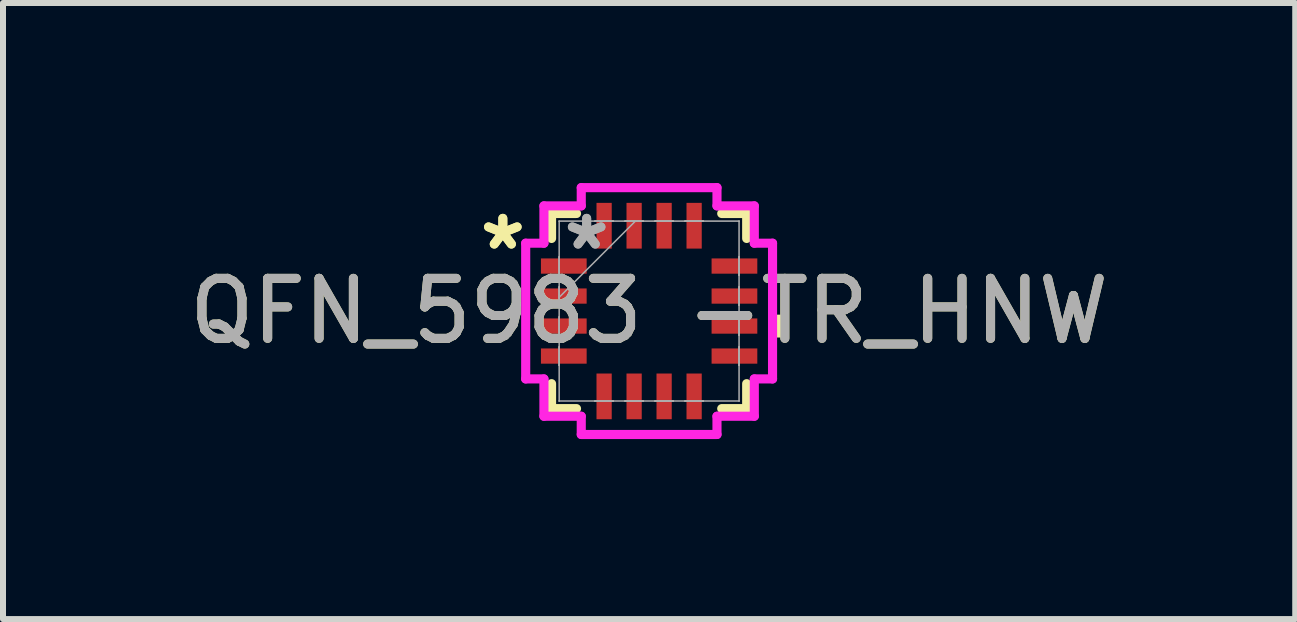
<source format=kicad_pcb>
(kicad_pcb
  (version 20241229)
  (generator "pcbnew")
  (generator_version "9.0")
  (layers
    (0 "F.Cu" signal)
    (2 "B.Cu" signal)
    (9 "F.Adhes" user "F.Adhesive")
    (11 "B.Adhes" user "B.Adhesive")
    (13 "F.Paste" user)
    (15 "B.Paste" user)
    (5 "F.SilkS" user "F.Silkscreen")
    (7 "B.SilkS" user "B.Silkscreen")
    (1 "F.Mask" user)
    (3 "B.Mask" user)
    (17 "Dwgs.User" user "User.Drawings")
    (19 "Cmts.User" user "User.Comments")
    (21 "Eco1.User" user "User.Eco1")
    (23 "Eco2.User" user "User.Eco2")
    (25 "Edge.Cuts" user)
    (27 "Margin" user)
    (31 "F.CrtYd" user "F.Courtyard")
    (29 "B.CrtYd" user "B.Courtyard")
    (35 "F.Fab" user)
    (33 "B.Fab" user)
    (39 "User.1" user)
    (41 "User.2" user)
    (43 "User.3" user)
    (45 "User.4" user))
  (footprint "QFN_5983 -TR_HNW"
    (layer "F.Cu")
    (at 7.768 2.134)
    (property "Reference" "QFN_5983 -TR_HNW" (at 0 0 0) (unlocked yes) (layer "F.SilkS") (effects (font (size 1 1) (thickness 0.15))))
    (attr smd)
    (fp_line (start -1.626 -1.626) (end -1.626 -1.21) (stroke (width 0.152) (type solid)) (layer "F.SilkS"))
    (fp_line (start -1.626 1.21) (end -1.626 1.626) (stroke (width 0.152) (type solid)) (layer "F.SilkS"))
    (fp_line (start -1.626 1.626) (end -1.21 1.626) (stroke (width 0.152) (type solid)) (layer "F.SilkS"))
    (fp_line (start -1.21 -1.626) (end -1.626 -1.626) (stroke (width 0.152) (type solid)) (layer "F.SilkS"))
    (fp_line (start 1.21 1.626) (end 1.626 1.626) (stroke (width 0.152) (type solid)) (layer "F.SilkS"))
    (fp_line (start 1.626 -1.626) (end 1.21 -1.626) (stroke (width 0.152) (type solid)) (layer "F.SilkS"))
    (fp_line (start 1.626 -1.21) (end 1.626 -1.626) (stroke (width 0.152) (type solid)) (layer "F.SilkS"))
    (fp_line (start 1.626 1.626) (end 1.626 1.21) (stroke (width 0.152) (type solid)) (layer "F.SilkS"))
    (fp_poly (pts (xy 2.311 0.06) (xy 2.311 0.441) (xy 2.057 0.441) (xy 2.057 0.06)) (stroke (width 0) (type solid)) (fill yes) (layer "F.SilkS"))
    (fp_line (start -2.057 -1.131) (end -1.753 -1.131) (stroke (width 0.152) (type solid)) (layer "F.CrtYd"))
    (fp_line (start -2.057 1.131) (end -2.057 -1.131) (stroke (width 0.152) (type solid)) (layer "F.CrtYd"))
    (fp_line (start -1.753 -1.753) (end -1.131 -1.753) (stroke (width 0.152) (type solid)) (layer "F.CrtYd"))
    (fp_line (start -1.753 -1.131) (end -1.753 -1.753) (stroke (width 0.152) (type solid)) (layer "F.CrtYd"))
    (fp_line (start -1.753 1.131) (end -2.057 1.131) (stroke (width 0.152) (type solid)) (layer "F.CrtYd"))
    (fp_line (start -1.753 1.753) (end -1.753 1.131) (stroke (width 0.152) (type solid)) (layer "F.CrtYd"))
    (fp_line (start -1.131 -2.057) (end 1.131 -2.057) (stroke (width 0.152) (type solid)) (layer "F.CrtYd"))
    (fp_line (start -1.131 -1.753) (end -1.131 -2.057) (stroke (width 0.152) (type solid)) (layer "F.CrtYd"))
    (fp_line (start -1.131 1.753) (end -1.753 1.753) (stroke (width 0.152) (type solid)) (layer "F.CrtYd"))
    (fp_line (start -1.131 2.057) (end -1.131 1.753) (stroke (width 0.152) (type solid)) (layer "F.CrtYd"))
    (fp_line (start 1.131 -2.057) (end 1.131 -1.753) (stroke (width 0.152) (type solid)) (layer "F.CrtYd"))
    (fp_line (start 1.131 -1.753) (end 1.753 -1.753) (stroke (width 0.152) (type solid)) (layer "F.CrtYd"))
    (fp_line (start 1.131 1.753) (end 1.131 2.057) (stroke (width 0.152) (type solid)) (layer "F.CrtYd"))
    (fp_line (start 1.131 2.057) (end -1.131 2.057) (stroke (width 0.152) (type solid)) (layer "F.CrtYd"))
    (fp_line (start 1.753 -1.753) (end 1.753 -1.131) (stroke (width 0.152) (type solid)) (layer "F.CrtYd"))
    (fp_line (start 1.753 -1.131) (end 2.057 -1.131) (stroke (width 0.152) (type solid)) (layer "F.CrtYd"))
    (fp_line (start 1.753 1.131) (end 1.753 1.753) (stroke (width 0.152) (type solid)) (layer "F.CrtYd"))
    (fp_line (start 1.753 1.753) (end 1.131 1.753) (stroke (width 0.152) (type solid)) (layer "F.CrtYd"))
    (fp_line (start 2.057 -1.131) (end 2.057 1.131) (stroke (width 0.152) (type solid)) (layer "F.CrtYd"))
    (fp_line (start 2.057 1.131) (end 1.753 1.131) (stroke (width 0.152) (type solid)) (layer "F.CrtYd"))
    (fp_line (start -1.499 -1.499) (end -1.499 -1.499) (stroke (width 0.025) (type solid)) (layer "F.Fab"))
    (fp_line (start -1.499 -1.499) (end -1.499 1.499) (stroke (width 0.025) (type solid)) (layer "F.Fab"))
    (fp_line (start -1.499 -0.903) (end -1.499 -0.903) (stroke (width 0.025) (type solid)) (layer "F.Fab"))
    (fp_line (start -1.499 -0.903) (end -1.499 -0.598) (stroke (width 0.025) (type solid)) (layer "F.Fab"))
    (fp_line (start -1.499 -0.598) (end -1.499 -0.903) (stroke (width 0.025) (type solid)) (layer "F.Fab"))
    (fp_line (start -1.499 -0.598) (end -1.499 -0.598) (stroke (width 0.025) (type solid)) (layer "F.Fab"))
    (fp_line (start -1.499 -0.402) (end -1.499 -0.402) (stroke (width 0.025) (type solid)) (layer "F.Fab"))
    (fp_line (start -1.499 -0.402) (end -1.499 -0.098) (stroke (width 0.025) (type solid)) (layer "F.Fab"))
    (fp_line (start -1.499 -0.229) (end -0.229 -1.499) (stroke (width 0.025) (type solid)) (layer "F.Fab"))
    (fp_line (start -1.499 -0.098) (end -1.499 -0.402) (stroke (width 0.025) (type solid)) (layer "F.Fab"))
    (fp_line (start -1.499 -0.098) (end -1.499 -0.098) (stroke (width 0.025) (type solid)) (layer "F.Fab"))
    (fp_line (start -1.499 0.098) (end -1.499 0.098) (stroke (width 0.025) (type solid)) (layer "F.Fab"))
    (fp_line (start -1.499 0.098) (end -1.499 0.402) (stroke (width 0.025) (type solid)) (layer "F.Fab"))
    (fp_line (start -1.499 0.402) (end -1.499 0.098) (stroke (width 0.025) (type solid)) (layer "F.Fab"))
    (fp_line (start -1.499 0.402) (end -1.499 0.402) (stroke (width 0.025) (type solid)) (layer "F.Fab"))
    (fp_line (start -1.499 0.598) (end -1.499 0.598) (stroke (width 0.025) (type solid)) (layer "F.Fab"))
    (fp_line (start -1.499 0.598) (end -1.499 0.903) (stroke (width 0.025) (type solid)) (layer "F.Fab"))
    (fp_line (start -1.499 0.903) (end -1.499 0.598) (stroke (width 0.025) (type solid)) (layer "F.Fab"))
    (fp_line (start -1.499 0.903) (end -1.499 0.903) (stroke (width 0.025) (type solid)) (layer "F.Fab"))
    (fp_line (start -1.499 1.499) (end -1.499 1.499) (stroke (width 0.025) (type solid)) (layer "F.Fab"))
    (fp_line (start -1.499 1.499) (end 1.499 1.499) (stroke (width 0.025) (type solid)) (layer "F.Fab"))
    (fp_line (start -0.903 -1.499) (end -0.903 -1.499) (stroke (width 0.025) (type solid)) (layer "F.Fab"))
    (fp_line (start -0.903 -1.499) (end -0.598 -1.499) (stroke (width 0.025) (type solid)) (layer "F.Fab"))
    (fp_line (start -0.903 1.499) (end -0.903 1.499) (stroke (width 0.025) (type solid)) (layer "F.Fab"))
    (fp_line (start -0.903 1.499) (end -0.598 1.499) (stroke (width 0.025) (type solid)) (layer "F.Fab"))
    (fp_line (start -0.598 -1.499) (end -0.903 -1.499) (stroke (width 0.025) (type solid)) (layer "F.Fab"))
    (fp_line (start -0.598 -1.499) (end -0.598 -1.499) (stroke (width 0.025) (type solid)) (layer "F.Fab"))
    (fp_line (start -0.598 1.499) (end -0.903 1.499) (stroke (width 0.025) (type solid)) (layer "F.Fab"))
    (fp_line (start -0.598 1.499) (end -0.598 1.499) (stroke (width 0.025) (type solid)) (layer "F.Fab"))
    (fp_line (start -0.402 -1.499) (end -0.402 -1.499) (stroke (width 0.025) (type solid)) (layer "F.Fab"))
    (fp_line (start -0.402 -1.499) (end -0.098 -1.499) (stroke (width 0.025) (type solid)) (layer "F.Fab"))
    (fp_line (start -0.402 1.499) (end -0.402 1.499) (stroke (width 0.025) (type solid)) (layer "F.Fab"))
    (fp_line (start -0.402 1.499) (end -0.098 1.499) (stroke (width 0.025) (type solid)) (layer "F.Fab"))
    (fp_line (start -0.098 -1.499) (end -0.402 -1.499) (stroke (width 0.025) (type solid)) (layer "F.Fab"))
    (fp_line (start -0.098 -1.499) (end -0.098 -1.499) (stroke (width 0.025) (type solid)) (layer "F.Fab"))
    (fp_line (start -0.098 1.499) (end -0.402 1.499) (stroke (width 0.025) (type solid)) (layer "F.Fab"))
    (fp_line (start -0.098 1.499) (end -0.098 1.499) (stroke (width 0.025) (type solid)) (layer "F.Fab"))
    (fp_line (start 0.098 -1.499) (end 0.098 -1.499) (stroke (width 0.025) (type solid)) (layer "F.Fab"))
    (fp_line (start 0.098 -1.499) (end 0.402 -1.499) (stroke (width 0.025) (type solid)) (layer "F.Fab"))
    (fp_line (start 0.098 1.499) (end 0.098 1.499) (stroke (width 0.025) (type solid)) (layer "F.Fab"))
    (fp_line (start 0.098 1.499) (end 0.402 1.499) (stroke (width 0.025) (type solid)) (layer "F.Fab"))
    (fp_line (start 0.402 -1.499) (end 0.098 -1.499) (stroke (width 0.025) (type solid)) (layer "F.Fab"))
    (fp_line (start 0.402 -1.499) (end 0.402 -1.499) (stroke (width 0.025) (type solid)) (layer "F.Fab"))
    (fp_line (start 0.402 1.499) (end 0.098 1.499) (stroke (width 0.025) (type solid)) (layer "F.Fab"))
    (fp_line (start 0.402 1.499) (end 0.402 1.499) (stroke (width 0.025) (type solid)) (layer "F.Fab"))
    (fp_line (start 0.598 -1.499) (end 0.598 -1.499) (stroke (width 0.025) (type solid)) (layer "F.Fab"))
    (fp_line (start 0.598 -1.499) (end 0.903 -1.499) (stroke (width 0.025) (type solid)) (layer "F.Fab"))
    (fp_line (start 0.598 1.499) (end 0.598 1.499) (stroke (width 0.025) (type solid)) (layer "F.Fab"))
    (fp_line (start 0.598 1.499) (end 0.903 1.499) (stroke (width 0.025) (type solid)) (layer "F.Fab"))
    (fp_line (start 0.903 -1.499) (end 0.598 -1.499) (stroke (width 0.025) (type solid)) (layer "F.Fab"))
    (fp_line (start 0.903 -1.499) (end 0.903 -1.499) (stroke (width 0.025) (type solid)) (layer "F.Fab"))
    (fp_line (start 0.903 1.499) (end 0.598 1.499) (stroke (width 0.025) (type solid)) (layer "F.Fab"))
    (fp_line (start 0.903 1.499) (end 0.903 1.499) (stroke (width 0.025) (type solid)) (layer "F.Fab"))
    (fp_line (start 1.499 -1.499) (end -1.499 -1.499) (stroke (width 0.025) (type solid)) (layer "F.Fab"))
    (fp_line (start 1.499 -1.499) (end 1.499 -1.499) (stroke (width 0.025) (type solid)) (layer "F.Fab"))
    (fp_line (start 1.499 -0.903) (end 1.499 -0.903) (stroke (width 0.025) (type solid)) (layer "F.Fab"))
    (fp_line (start 1.499 -0.903) (end 1.499 -0.598) (stroke (width 0.025) (type solid)) (layer "F.Fab"))
    (fp_line (start 1.499 -0.598) (end 1.499 -0.903) (stroke (width 0.025) (type solid)) (layer "F.Fab"))
    (fp_line (start 1.499 -0.598) (end 1.499 -0.598) (stroke (width 0.025) (type solid)) (layer "F.Fab"))
    (fp_line (start 1.499 -0.402) (end 1.499 -0.402) (stroke (width 0.025) (type solid)) (layer "F.Fab"))
    (fp_line (start 1.499 -0.402) (end 1.499 -0.098) (stroke (width 0.025) (type solid)) (layer "F.Fab"))
    (fp_line (start 1.499 -0.098) (end 1.499 -0.402) (stroke (width 0.025) (type solid)) (layer "F.Fab"))
    (fp_line (start 1.499 -0.098) (end 1.499 -0.098) (stroke (width 0.025) (type solid)) (layer "F.Fab"))
    (fp_line (start 1.499 0.098) (end 1.499 0.098) (stroke (width 0.025) (type solid)) (layer "F.Fab"))
    (fp_line (start 1.499 0.098) (end 1.499 0.402) (stroke (width 0.025) (type solid)) (layer "F.Fab"))
    (fp_line (start 1.499 0.402) (end 1.499 0.098) (stroke (width 0.025) (type solid)) (layer "F.Fab"))
    (fp_line (start 1.499 0.402) (end 1.499 0.402) (stroke (width 0.025) (type solid)) (layer "F.Fab"))
    (fp_line (start 1.499 0.598) (end 1.499 0.598) (stroke (width 0.025) (type solid)) (layer "F.Fab"))
    (fp_line (start 1.499 0.598) (end 1.499 0.903) (stroke (width 0.025) (type solid)) (layer "F.Fab"))
    (fp_line (start 1.499 0.903) (end 1.499 0.598) (stroke (width 0.025) (type solid)) (layer "F.Fab"))
    (fp_line (start 1.499 0.903) (end 1.499 0.903) (stroke (width 0.025) (type solid)) (layer "F.Fab"))
    (fp_line (start 1.499 1.499) (end 1.499 -1.499) (stroke (width 0.025) (type solid)) (layer "F.Fab"))
    (fp_line (start 1.499 1.499) (end 1.499 1.499) (stroke (width 0.025) (type solid)) (layer "F.Fab"))
    (fp_text user "*" (at -2.438 -1 0) (layer "F.SilkS") (effects (font (size 1 1) (thickness 0.15))))
    (fp_text user "*" (at -2.438 -1 0) (unlocked yes) (layer "F.SilkS") (effects (font (size 1 1) (thickness 0.15))))
    (fp_text user "${REFERENCE}" (at 0 0 0) (unlocked yes) (layer "F.Fab") (effects (font (size 1 1) (thickness 0.15))))
    (fp_text user "*" (at -1.041 -1 0) (layer "F.Fab") (effects (font (size 1 1) (thickness 0.15))))
    (fp_text user "*" (at -1.041 -1 0) (unlocked yes) (layer "F.Fab") (effects (font (size 1 1) (thickness 0.15))))
    (pad "1" smd rect (at -1.422 -0.75 90) (size 0.254 0.762) (layers "F.Cu" "F.Mask" "F.Paste"))
    (pad "2" smd rect (at -1.422 -0.25 90) (size 0.254 0.762) (layers "F.Cu" "F.Mask" "F.Paste"))
    (pad "3" smd rect (at -1.422 0.25 90) (size 0.254 0.762) (layers "F.Cu" "F.Mask" "F.Paste"))
    (pad "4" smd rect (at -1.422 0.75 90) (size 0.254 0.762) (layers "F.Cu" "F.Mask" "F.Paste"))
    (pad "5" smd rect (at -0.75 1.422) (size 0.254 0.762) (layers "F.Cu" "F.Mask" "F.Paste"))
    (pad "6" smd rect (at -0.25 1.422) (size 0.254 0.762) (layers "F.Cu" "F.Mask" "F.Paste"))
    (pad "7" smd rect (at 0.25 1.422) (size 0.254 0.762) (layers "F.Cu" "F.Mask" "F.Paste"))
    (pad "8" smd rect (at 0.75 1.422) (size 0.254 0.762) (layers "F.Cu" "F.Mask" "F.Paste"))
    (pad "9" smd rect (at 1.422 0.75 90) (size 0.254 0.762) (layers "F.Cu" "F.Mask" "F.Paste"))
    (pad "10" smd rect (at 1.422 0.25 90) (size 0.254 0.762) (layers "F.Cu" "F.Mask" "F.Paste"))
    (pad "11" smd rect (at 1.422 -0.25 90) (size 0.254 0.762) (layers "F.Cu" "F.Mask" "F.Paste"))
    (pad "12" smd rect (at 1.422 -0.75 90) (size 0.254 0.762) (layers "F.Cu" "F.Mask" "F.Paste"))
    (pad "13" smd rect (at 0.75 -1.422) (size 0.254 0.762) (layers "F.Cu" "F.Mask" "F.Paste"))
    (pad "14" smd rect (at 0.25 -1.422) (size 0.254 0.762) (layers "F.Cu" "F.Mask" "F.Paste"))
    (pad "15" smd rect (at -0.25 -1.422) (size 0.254 0.762) (layers "F.Cu" "F.Mask" "F.Paste"))
    (pad "16" smd rect (at -0.75 -1.422) (size 0.254 0.762) (layers "F.Cu" "F.Mask" "F.Paste")))
  (gr_rect
    (start -3 -3)
    (end 18.536 7.267)
    (stroke (width 0.1) (type default))
    (fill no)
    (layer "Edge.Cuts")))
</source>
